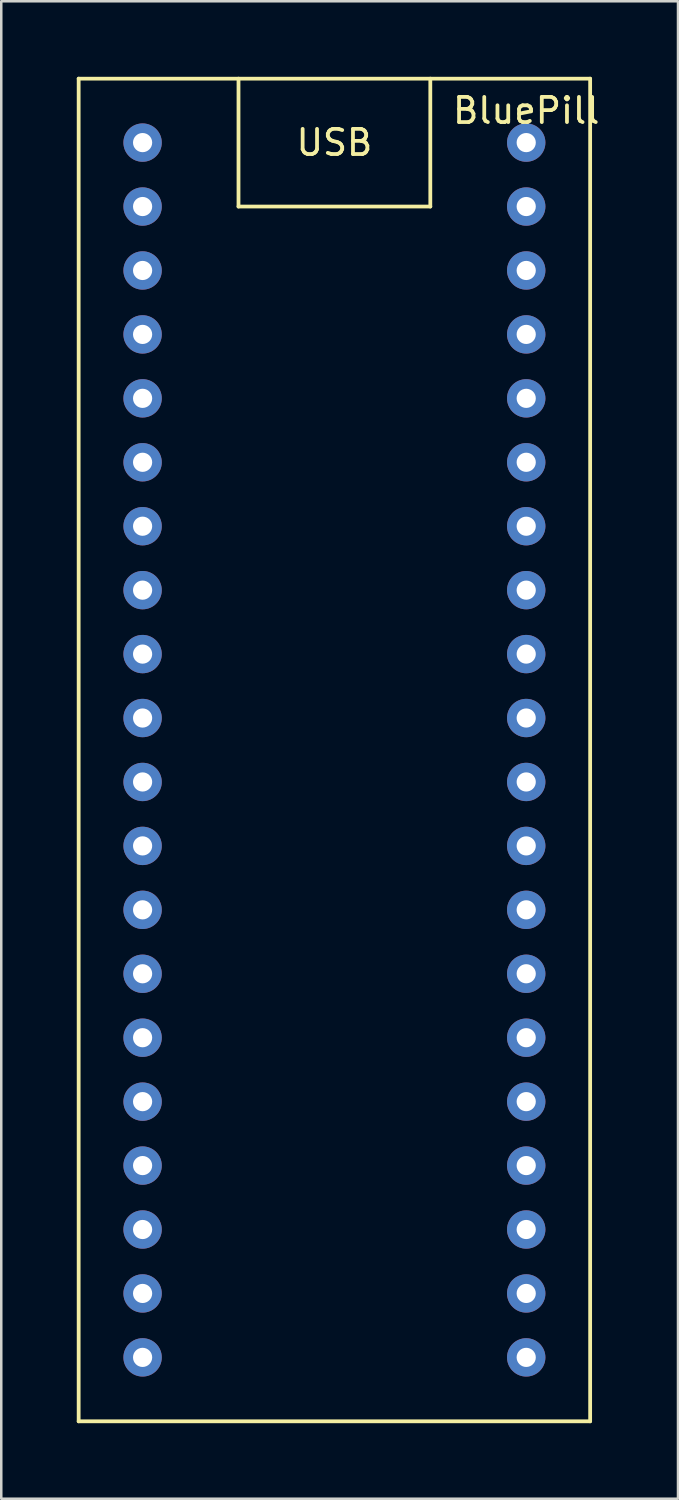
<source format=kicad_pcb>
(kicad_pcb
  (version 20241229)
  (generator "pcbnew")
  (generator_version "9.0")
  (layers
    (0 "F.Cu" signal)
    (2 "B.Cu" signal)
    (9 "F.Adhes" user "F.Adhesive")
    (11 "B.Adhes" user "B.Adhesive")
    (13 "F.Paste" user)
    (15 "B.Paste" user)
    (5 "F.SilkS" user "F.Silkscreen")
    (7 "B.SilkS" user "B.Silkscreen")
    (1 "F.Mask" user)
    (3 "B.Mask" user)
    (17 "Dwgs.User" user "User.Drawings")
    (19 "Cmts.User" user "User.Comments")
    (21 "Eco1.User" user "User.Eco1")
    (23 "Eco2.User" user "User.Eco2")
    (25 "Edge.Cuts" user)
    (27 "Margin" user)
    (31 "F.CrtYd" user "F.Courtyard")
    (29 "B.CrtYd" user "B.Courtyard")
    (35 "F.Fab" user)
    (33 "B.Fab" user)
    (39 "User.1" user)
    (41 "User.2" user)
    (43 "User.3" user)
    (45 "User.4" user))
  (footprint "BluePill"
    (layer "F.Cu")
    (at 10.235 26.745)
    (property "Reference" "BluePill" (at 7.62 -25.4 0) (layer "F.SilkS") (effects (font (size 1 1) (thickness 0.15))))
    (attr through_hole)
    (fp_line (start -10.16 -26.67) (end 10.16 -26.67) (stroke (width 0.15) (type solid)) (layer "F.SilkS"))
    (fp_line (start -10.16 26.67) (end -10.16 -26.67) (stroke (width 0.15) (type solid)) (layer "F.SilkS"))
    (fp_line (start -3.81 -26.67) (end -3.81 -21.59) (stroke (width 0.15) (type solid)) (layer "F.SilkS"))
    (fp_line (start -3.81 -21.59) (end 3.81 -21.59) (stroke (width 0.15) (type solid)) (layer "F.SilkS"))
    (fp_line (start 3.81 -21.59) (end 3.81 -26.67) (stroke (width 0.15) (type solid)) (layer "F.SilkS"))
    (fp_line (start 10.16 -26.67) (end 10.16 26.67) (stroke (width 0.15) (type solid)) (layer "F.SilkS"))
    (fp_line (start 10.16 26.67) (end -10.16 26.67) (stroke (width 0.15) (type solid)) (layer "F.SilkS"))
    (fp_text user "USB" (at 0 -24.13 0) (layer "F.SilkS") (effects (font (size 1 1) (thickness 0.15))))
    (pad "1" thru_hole circle (at 7.62 24.13 90) (size 1.524 1.524) (drill 0.762) (layers "*.Cu" "*.Mask"))
    (pad "2" thru_hole circle (at 7.62 21.59 90) (size 1.524 1.524) (drill 0.762) (layers "*.Cu" "*.Mask"))
    (pad "3" thru_hole circle (at 7.62 19.05 90) (size 1.524 1.524) (drill 0.762) (layers "*.Cu" "*.Mask"))
    (pad "4" thru_hole circle (at 7.62 16.51 90) (size 1.524 1.524) (drill 0.762) (layers "*.Cu" "*.Mask"))
    (pad "5" thru_hole circle (at 7.62 13.97 90) (size 1.524 1.524) (drill 0.762) (layers "*.Cu" "*.Mask"))
    (pad "6" thru_hole circle (at 7.62 11.43 90) (size 1.524 1.524) (drill 0.762) (layers "*.Cu" "*.Mask"))
    (pad "7" thru_hole circle (at 7.62 8.89 90) (size 1.524 1.524) (drill 0.762) (layers "*.Cu" "*.Mask"))
    (pad "8" thru_hole circle (at 7.62 6.35 90) (size 1.524 1.524) (drill 0.762) (layers "*.Cu" "*.Mask"))
    (pad "9" thru_hole circle (at 7.62 3.81 90) (size 1.524 1.524) (drill 0.762) (layers "*.Cu" "*.Mask"))
    (pad "10" thru_hole circle (at 7.62 1.27 90) (size 1.524 1.524) (drill 0.762) (layers "*.Cu" "*.Mask"))
    (pad "11" thru_hole circle (at 7.62 -1.27 90) (size 1.524 1.524) (drill 0.762) (layers "*.Cu" "*.Mask"))
    (pad "12" thru_hole circle (at 7.62 -3.81 90) (size 1.524 1.524) (drill 0.762) (layers "*.Cu" "*.Mask"))
    (pad "13" thru_hole circle (at 7.62 -6.35 90) (size 1.524 1.524) (drill 0.762) (layers "*.Cu" "*.Mask"))
    (pad "14" thru_hole circle (at 7.62 -8.89 90) (size 1.524 1.524) (drill 0.762) (layers "*.Cu" "*.Mask"))
    (pad "15" thru_hole circle (at 7.62 -11.43 90) (size 1.524 1.524) (drill 0.762) (layers "*.Cu" "*.Mask"))
    (pad "16" thru_hole circle (at 7.62 -13.97 90) (size 1.524 1.524) (drill 0.762) (layers "*.Cu" "*.Mask"))
    (pad "17" thru_hole circle (at 7.62 -16.51 90) (size 1.524 1.524) (drill 0.762) (layers "*.Cu" "*.Mask"))
    (pad "18" thru_hole circle (at 7.62 -19.05 90) (size 1.524 1.524) (drill 0.762) (layers "*.Cu" "*.Mask"))
    (pad "19" thru_hole circle (at 7.62 -21.59 90) (size 1.524 1.524) (drill 0.762) (layers "*.Cu" "*.Mask"))
    (pad "20" thru_hole circle (at 7.62 -24.13 90) (size 1.524 1.524) (drill 0.762) (layers "*.Cu" "*.Mask"))
    (pad "21" thru_hole circle (at -7.62 -24.13 90) (size 1.524 1.524) (drill 0.762) (layers "*.Cu" "*.Mask"))
    (pad "22" thru_hole circle (at -7.62 -21.59 90) (size 1.524 1.524) (drill 0.762) (layers "*.Cu" "*.Mask"))
    (pad "23" thru_hole circle (at -7.62 -19.05 90) (size 1.524 1.524) (drill 0.762) (layers "*.Cu" "*.Mask"))
    (pad "24" thru_hole circle (at -7.62 -16.51 90) (size 1.524 1.524) (drill 0.762) (layers "*.Cu" "*.Mask"))
    (pad "25" thru_hole circle (at -7.62 -13.97 90) (size 1.524 1.524) (drill 0.762) (layers "*.Cu" "*.Mask"))
    (pad "26" thru_hole circle (at -7.62 -11.43 90) (size 1.524 1.524) (drill 0.762) (layers "*.Cu" "*.Mask"))
    (pad "27" thru_hole circle (at -7.62 -8.89 90) (size 1.524 1.524) (drill 0.762) (layers "*.Cu" "*.Mask"))
    (pad "28" thru_hole circle (at -7.62 -6.35 90) (size 1.524 1.524) (drill 0.762) (layers "*.Cu" "*.Mask"))
    (pad "29" thru_hole circle (at -7.62 -3.81 90) (size 1.524 1.524) (drill 0.762) (layers "*.Cu" "*.Mask"))
    (pad "30" thru_hole circle (at -7.62 -1.27 90) (size 1.524 1.524) (drill 0.762) (layers "*.Cu" "*.Mask"))
    (pad "31" thru_hole circle (at -7.62 1.27 90) (size 1.524 1.524) (drill 0.762) (layers "*.Cu" "*.Mask"))
    (pad "32" thru_hole circle (at -7.62 3.81 90) (size 1.524 1.524) (drill 0.762) (layers "*.Cu" "*.Mask"))
    (pad "33" thru_hole circle (at -7.62 6.35 90) (size 1.524 1.524) (drill 0.762) (layers "*.Cu" "*.Mask"))
    (pad "34" thru_hole circle (at -7.62 8.89 90) (size 1.524 1.524) (drill 0.762) (layers "*.Cu" "*.Mask"))
    (pad "35" thru_hole circle (at -7.62 11.43 90) (size 1.524 1.524) (drill 0.762) (layers "*.Cu" "*.Mask"))
    (pad "36" thru_hole circle (at -7.62 13.97 90) (size 1.524 1.524) (drill 0.762) (layers "*.Cu" "*.Mask"))
    (pad "37" thru_hole circle (at -7.62 16.51 90) (size 1.524 1.524) (drill 0.762) (layers "*.Cu" "*.Mask"))
    (pad "38" thru_hole circle (at -7.62 19.05 90) (size 1.524 1.524) (drill 0.762) (layers "*.Cu" "*.Mask"))
    (pad "39" thru_hole circle (at -7.62 21.59 90) (size 1.524 1.524) (drill 0.762) (layers "*.Cu" "*.Mask"))
    (pad "40" thru_hole circle (at -7.62 24.13 90) (size 1.524 1.524) (drill 0.762) (layers "*.Cu" "*.Mask")))
  (gr_rect
    (start -3 -3)
    (end 23.885 56.49)
    (stroke (width 0.1) (type default))
    (fill no)
    (layer "Edge.Cuts")))
</source>
